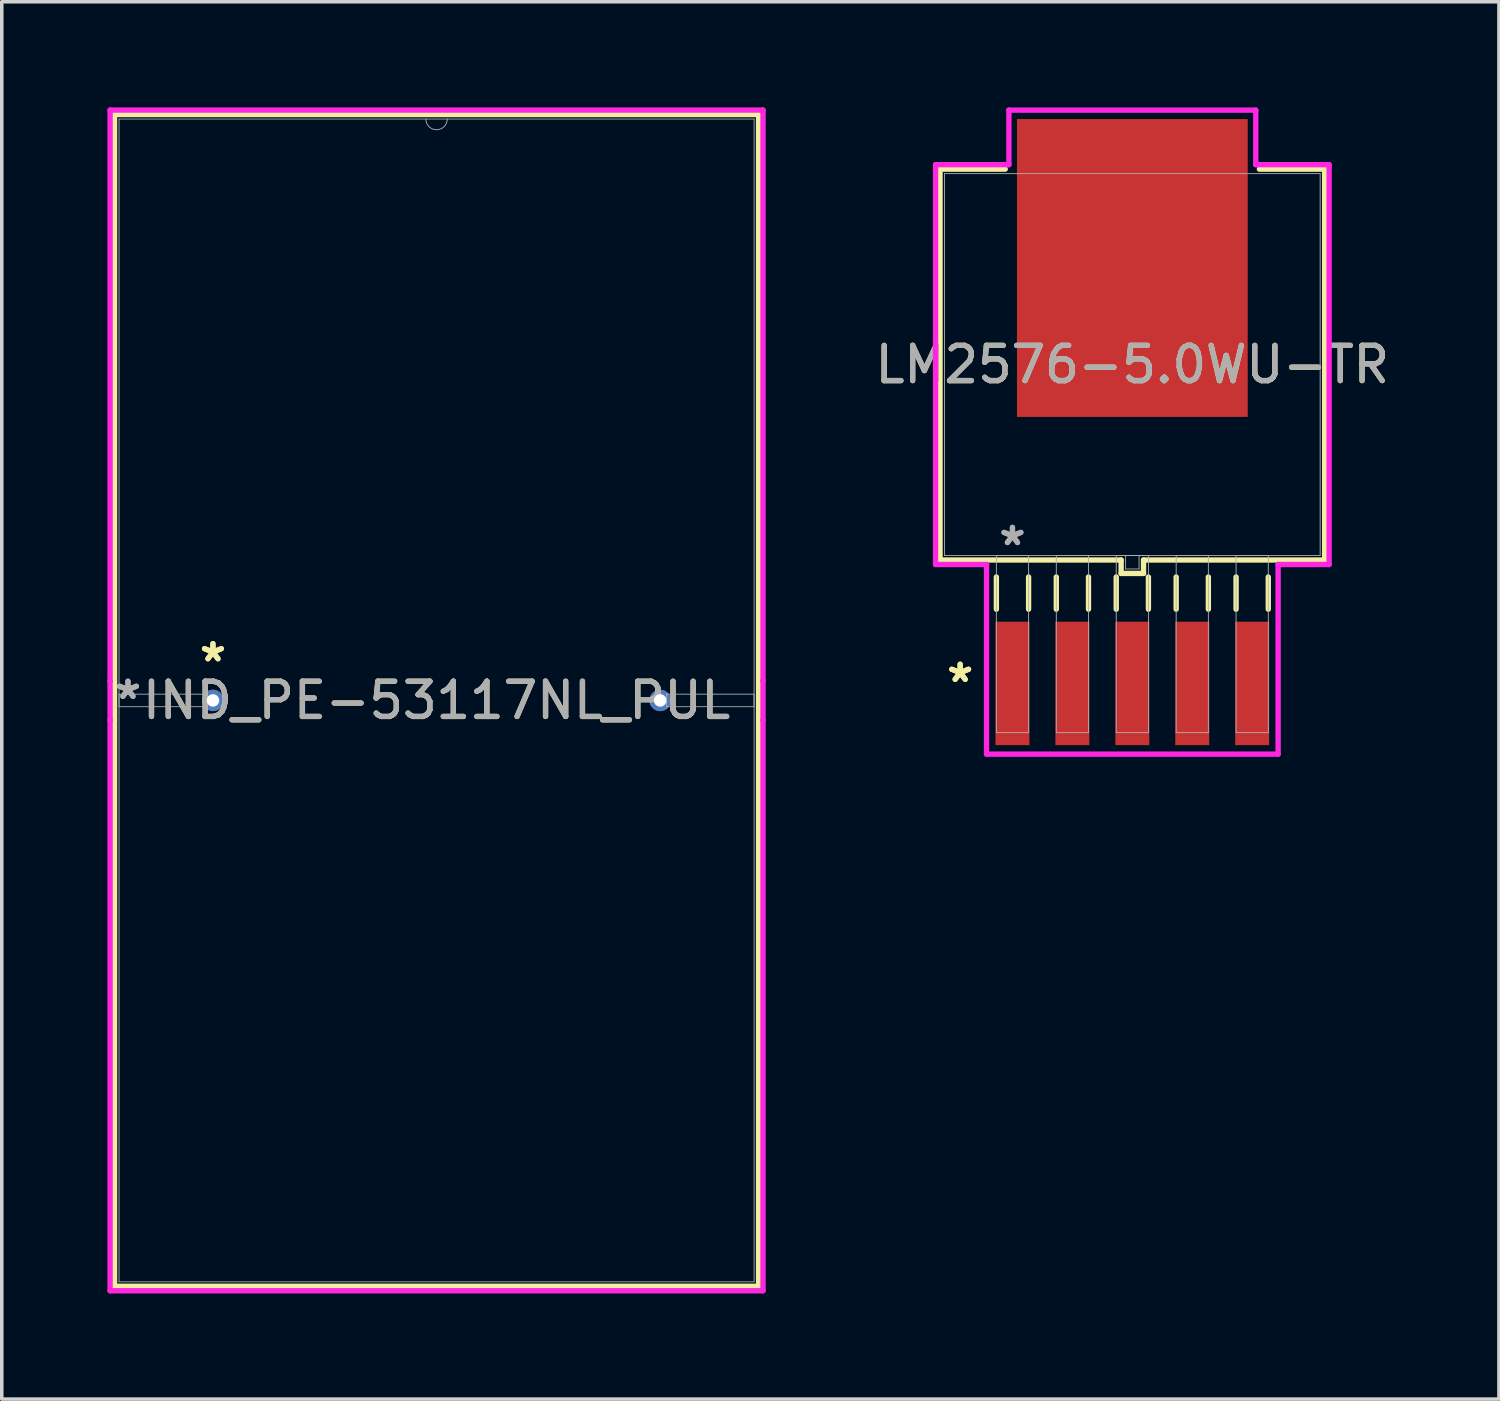
<source format=kicad_pcb>
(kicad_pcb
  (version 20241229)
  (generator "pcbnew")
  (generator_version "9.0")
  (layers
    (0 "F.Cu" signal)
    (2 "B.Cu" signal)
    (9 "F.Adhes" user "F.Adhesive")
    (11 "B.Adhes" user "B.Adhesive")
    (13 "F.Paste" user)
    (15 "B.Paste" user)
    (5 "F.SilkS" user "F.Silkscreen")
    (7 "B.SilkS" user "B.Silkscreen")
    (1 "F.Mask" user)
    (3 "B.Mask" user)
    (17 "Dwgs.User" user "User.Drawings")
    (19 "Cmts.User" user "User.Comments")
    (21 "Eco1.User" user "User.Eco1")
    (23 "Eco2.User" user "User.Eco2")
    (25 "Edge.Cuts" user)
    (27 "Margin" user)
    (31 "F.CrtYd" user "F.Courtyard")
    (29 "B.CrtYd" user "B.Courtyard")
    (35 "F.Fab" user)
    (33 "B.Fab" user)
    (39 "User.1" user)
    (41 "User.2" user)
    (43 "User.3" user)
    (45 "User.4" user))
  (footprint "LM2576-5.0WU-TR"
    (layer "F.Cu")
    (at 29.105 7.303)
    (property "Reference" "LM2576-5.0WU-TR" (at 0 0 0) (unlocked yes) (layer "F.SilkS") (effects (font (size 1 1) (thickness 0.15))))
    (attr smd)
    (fp_line (start -5.461 -5.55) (end -5.461 5.55) (stroke (width 0.152) (type solid)) (layer "F.SilkS"))
    (fp_line (start -5.461 5.55) (end -0.318 5.55) (stroke (width 0.152) (type solid)) (layer "F.SilkS"))
    (fp_line (start -3.861 6.032) (end -3.861 6.947) (stroke (width 0.152) (type solid)) (layer "F.SilkS"))
    (fp_line (start -3.609 -5.55) (end -5.461 -5.55) (stroke (width 0.152) (type solid)) (layer "F.SilkS"))
    (fp_line (start -2.946 6.032) (end -2.946 6.947) (stroke (width 0.152) (type solid)) (layer "F.SilkS"))
    (fp_line (start -2.159 6.032) (end -2.159 6.947) (stroke (width 0.152) (type solid)) (layer "F.SilkS"))
    (fp_line (start -1.245 6.032) (end -1.245 6.947) (stroke (width 0.152) (type solid)) (layer "F.SilkS"))
    (fp_line (start -0.457 6.032) (end -0.457 6.947) (stroke (width 0.152) (type solid)) (layer "F.SilkS"))
    (fp_line (start -0.318 5.55) (end -0.318 5.931) (stroke (width 0.152) (type solid)) (layer "F.SilkS"))
    (fp_line (start -0.318 5.931) (end 0.318 5.931) (stroke (width 0.152) (type solid)) (layer "F.SilkS"))
    (fp_line (start 0.318 5.55) (end 5.461 5.55) (stroke (width 0.152) (type solid)) (layer "F.SilkS"))
    (fp_line (start 0.318 5.931) (end 0.318 5.55) (stroke (width 0.152) (type solid)) (layer "F.SilkS"))
    (fp_line (start 0.457 6.032) (end 0.457 6.947) (stroke (width 0.152) (type solid)) (layer "F.SilkS"))
    (fp_line (start 1.245 6.032) (end 1.245 6.947) (stroke (width 0.152) (type solid)) (layer "F.SilkS"))
    (fp_line (start 2.159 6.032) (end 2.159 6.947) (stroke (width 0.152) (type solid)) (layer "F.SilkS"))
    (fp_line (start 2.946 6.032) (end 2.946 6.947) (stroke (width 0.152) (type solid)) (layer "F.SilkS"))
    (fp_line (start 3.861 6.032) (end 3.861 6.947) (stroke (width 0.152) (type solid)) (layer "F.SilkS"))
    (fp_line (start 5.461 -5.55) (end 3.609 -5.55) (stroke (width 0.152) (type solid)) (layer "F.SilkS"))
    (fp_line (start 5.461 5.55) (end 5.461 -5.55) (stroke (width 0.152) (type solid)) (layer "F.SilkS"))
    (fp_line (start -5.588 -5.677) (end -3.505 -5.677) (stroke (width 0.152) (type solid)) (layer "F.CrtYd"))
    (fp_line (start -5.588 5.677) (end -5.588 -5.677) (stroke (width 0.152) (type solid)) (layer "F.CrtYd"))
    (fp_line (start -4.14 5.677) (end -5.588 5.677) (stroke (width 0.152) (type solid)) (layer "F.CrtYd"))
    (fp_line (start -4.14 11.062) (end -4.14 5.677) (stroke (width 0.152) (type solid)) (layer "F.CrtYd"))
    (fp_line (start -3.505 -7.226) (end 3.505 -7.226) (stroke (width 0.152) (type solid)) (layer "F.CrtYd"))
    (fp_line (start -3.505 -5.677) (end -3.505 -7.226) (stroke (width 0.152) (type solid)) (layer "F.CrtYd"))
    (fp_line (start 3.505 -7.226) (end 3.505 -5.677) (stroke (width 0.152) (type solid)) (layer "F.CrtYd"))
    (fp_line (start 3.505 -5.677) (end 5.588 -5.677) (stroke (width 0.152) (type solid)) (layer "F.CrtYd"))
    (fp_line (start 4.14 5.677) (end 4.14 11.062) (stroke (width 0.152) (type solid)) (layer "F.CrtYd"))
    (fp_line (start 4.14 11.062) (end -4.14 11.062) (stroke (width 0.152) (type solid)) (layer "F.CrtYd"))
    (fp_line (start 5.588 -5.677) (end 5.588 5.677) (stroke (width 0.152) (type solid)) (layer "F.CrtYd"))
    (fp_line (start 5.588 5.677) (end 4.14 5.677) (stroke (width 0.152) (type solid)) (layer "F.CrtYd"))
    (fp_line (start -5.334 -5.423) (end -5.334 5.423) (stroke (width 0.025) (type solid)) (layer "F.Fab"))
    (fp_line (start -5.334 5.423) (end 5.334 5.423) (stroke (width 0.025) (type solid)) (layer "F.Fab"))
    (fp_line (start -3.861 5.423) (end -3.861 10.452) (stroke (width 0.025) (type solid)) (layer "F.Fab"))
    (fp_line (start -3.861 10.452) (end -2.946 10.452) (stroke (width 0.025) (type solid)) (layer "F.Fab"))
    (fp_line (start -2.946 5.423) (end -3.861 5.423) (stroke (width 0.025) (type solid)) (layer "F.Fab"))
    (fp_line (start -2.946 10.452) (end -2.946 5.423) (stroke (width 0.025) (type solid)) (layer "F.Fab"))
    (fp_line (start -2.159 5.423) (end -2.159 10.452) (stroke (width 0.025) (type solid)) (layer "F.Fab"))
    (fp_line (start -2.159 10.452) (end -1.245 10.452) (stroke (width 0.025) (type solid)) (layer "F.Fab"))
    (fp_line (start -1.245 5.423) (end -2.159 5.423) (stroke (width 0.025) (type solid)) (layer "F.Fab"))
    (fp_line (start -1.245 10.452) (end -1.245 5.423) (stroke (width 0.025) (type solid)) (layer "F.Fab"))
    (fp_line (start -0.457 5.423) (end -0.457 10.452) (stroke (width 0.025) (type solid)) (layer "F.Fab"))
    (fp_line (start -0.457 10.452) (end 0.457 10.452) (stroke (width 0.025) (type solid)) (layer "F.Fab"))
    (fp_line (start -0.191 5.423) (end -0.191 5.804) (stroke (width 0.025) (type solid)) (layer "F.Fab"))
    (fp_line (start -0.191 5.804) (end 0.191 5.804) (stroke (width 0.025) (type solid)) (layer "F.Fab"))
    (fp_line (start 0.191 5.423) (end -0.191 5.423) (stroke (width 0.025) (type solid)) (layer "F.Fab"))
    (fp_line (start 0.191 5.804) (end 0.191 5.423) (stroke (width 0.025) (type solid)) (layer "F.Fab"))
    (fp_line (start 0.457 5.423) (end -0.457 5.423) (stroke (width 0.025) (type solid)) (layer "F.Fab"))
    (fp_line (start 0.457 10.452) (end 0.457 5.423) (stroke (width 0.025) (type solid)) (layer "F.Fab"))
    (fp_line (start 1.245 5.423) (end 1.245 10.452) (stroke (width 0.025) (type solid)) (layer "F.Fab"))
    (fp_line (start 1.245 10.452) (end 2.159 10.452) (stroke (width 0.025) (type solid)) (layer "F.Fab"))
    (fp_line (start 2.159 5.423) (end 1.245 5.423) (stroke (width 0.025) (type solid)) (layer "F.Fab"))
    (fp_line (start 2.159 10.452) (end 2.159 5.423) (stroke (width 0.025) (type solid)) (layer "F.Fab"))
    (fp_line (start 2.946 5.423) (end 2.946 10.452) (stroke (width 0.025) (type solid)) (layer "F.Fab"))
    (fp_line (start 2.946 10.452) (end 3.861 10.452) (stroke (width 0.025) (type solid)) (layer "F.Fab"))
    (fp_line (start 3.861 5.423) (end 2.946 5.423) (stroke (width 0.025) (type solid)) (layer "F.Fab"))
    (fp_line (start 3.861 10.452) (end 3.861 5.423) (stroke (width 0.025) (type solid)) (layer "F.Fab"))
    (fp_line (start 5.334 -5.423) (end -5.334 -5.423) (stroke (width 0.025) (type solid)) (layer "F.Fab"))
    (fp_line (start 5.334 5.423) (end 5.334 -5.423) (stroke (width 0.025) (type solid)) (layer "F.Fab"))
    (fp_text user "*" (at -4.889 9.055 0) (unlocked yes) (layer "F.SilkS") (effects (font (size 1 1) (thickness 0.15))))
    (fp_text user "*" (at -4.889 9.055 0) (layer "F.SilkS") (effects (font (size 1 1) (thickness 0.15))))
    (fp_text user "${REFERENCE}" (at 0 0 0) (unlocked yes) (layer "F.Fab") (effects (font (size 1 1) (thickness 0.15))))
    (fp_text user "*" (at -3.404 5.169 0) (layer "F.Fab") (effects (font (size 1 1) (thickness 0.15))))
    (fp_text user "*" (at -3.404 5.169 0) (unlocked yes) (layer "F.Fab") (effects (font (size 1 1) (thickness 0.15))))
    (pad "1" smd rect (at -3.404 9.055) (size 0.965 3.505) (layers "F.Cu" "F.Mask" "F.Paste"))
    (pad "2" smd rect (at -1.702 9.055) (size 0.965 3.505) (layers "F.Cu" "F.Mask" "F.Paste"))
    (pad "3" smd rect (at 0 9.055) (size 0.965 3.505) (layers "F.Cu" "F.Mask" "F.Paste"))
    (pad "4" smd rect (at 1.702 9.055) (size 0.965 3.505) (layers "F.Cu" "F.Mask" "F.Paste"))
    (pad "5" smd rect (at 3.404 9.055) (size 0.965 3.505) (layers "F.Cu" "F.Mask" "F.Paste"))
    (pad "6" smd rect (at 0 -2.743) (size 6.553 8.458) (layers "F.Cu" "F.Mask" "F.Paste")))
  (footprint "IND_PE-53117NL_PUL"
    (layer "F.Cu")
    (at 2.997 16.84)
    (property "Reference" "IND_PE-53117NL_PUL" (at 6.35 0 0) (unlocked yes) (layer "F.SilkS") (effects (font (size 1 1) (thickness 0.15))))
    (attr through_hole)
    (fp_line (start -2.794 -16.637) (end -2.794 16.637) (stroke (width 0.152) (type solid)) (layer "F.SilkS"))
    (fp_line (start -2.794 16.637) (end 15.494 16.637) (stroke (width 0.152) (type solid)) (layer "F.SilkS"))
    (fp_line (start 15.494 -16.637) (end -2.794 -16.637) (stroke (width 0.152) (type solid)) (layer "F.SilkS"))
    (fp_line (start 15.494 16.637) (end 15.494 -16.637) (stroke (width 0.152) (type solid)) (layer "F.SilkS"))
    (fp_line (start -2.921 -16.764) (end 15.621 -16.764) (stroke (width 0.152) (type solid)) (layer "F.CrtYd"))
    (fp_line (start -2.921 -0.559) (end -2.921 -16.764) (stroke (width 0.152) (type solid)) (layer "F.CrtYd"))
    (fp_line (start -2.921 -0.559) (end -2.921 -0.559) (stroke (width 0.152) (type solid)) (layer "F.CrtYd"))
    (fp_line (start -2.921 0.559) (end -2.921 -0.559) (stroke (width 0.152) (type solid)) (layer "F.CrtYd"))
    (fp_line (start -2.921 0.559) (end -2.921 0.559) (stroke (width 0.152) (type solid)) (layer "F.CrtYd"))
    (fp_line (start -2.921 16.764) (end -2.921 0.559) (stroke (width 0.152) (type solid)) (layer "F.CrtYd"))
    (fp_line (start 15.621 -16.764) (end 15.621 -0.559) (stroke (width 0.152) (type solid)) (layer "F.CrtYd"))
    (fp_line (start 15.621 -0.559) (end 15.621 -0.559) (stroke (width 0.152) (type solid)) (layer "F.CrtYd"))
    (fp_line (start 15.621 -0.559) (end 15.621 0.559) (stroke (width 0.152) (type solid)) (layer "F.CrtYd"))
    (fp_line (start 15.621 0.559) (end 15.621 0.559) (stroke (width 0.152) (type solid)) (layer "F.CrtYd"))
    (fp_line (start 15.621 0.559) (end 15.621 16.764) (stroke (width 0.152) (type solid)) (layer "F.CrtYd"))
    (fp_line (start 15.621 16.764) (end -2.921 16.764) (stroke (width 0.152) (type solid)) (layer "F.CrtYd"))
    (fp_line (start -2.667 -16.51) (end -2.667 16.51) (stroke (width 0.025) (type solid)) (layer "F.Fab"))
    (fp_line (start -2.667 -0.178) (end -0.178 -0.178) (stroke (width 0.025) (type solid)) (layer "F.Fab"))
    (fp_line (start -2.667 0.178) (end -2.667 -0.178) (stroke (width 0.025) (type solid)) (layer "F.Fab"))
    (fp_line (start -2.667 16.51) (end 15.367 16.51) (stroke (width 0.025) (type solid)) (layer "F.Fab"))
    (fp_line (start -0.178 -0.178) (end -0.178 0.178) (stroke (width 0.025) (type solid)) (layer "F.Fab"))
    (fp_line (start -0.178 0.178) (end -2.667 0.178) (stroke (width 0.025) (type solid)) (layer "F.Fab"))
    (fp_line (start 12.878 -0.178) (end 15.367 -0.178) (stroke (width 0.025) (type solid)) (layer "F.Fab"))
    (fp_line (start 12.878 0.178) (end 12.878 -0.178) (stroke (width 0.025) (type solid)) (layer "F.Fab"))
    (fp_line (start 15.367 -16.51) (end -2.667 -16.51) (stroke (width 0.025) (type solid)) (layer "F.Fab"))
    (fp_line (start 15.367 -0.178) (end 15.367 0.178) (stroke (width 0.025) (type solid)) (layer "F.Fab"))
    (fp_line (start 15.367 0.178) (end 12.878 0.178) (stroke (width 0.025) (type solid)) (layer "F.Fab"))
    (fp_line (start 15.367 16.51) (end 15.367 -16.51) (stroke (width 0.025) (type solid)) (layer "F.Fab"))
    (fp_arc (start 6.6548 -16.51) (mid 6.35 -16.2052) (end 6.0452 -16.51) (stroke (width 0.0254) (type solid)) (layer "F.Fab"))
    (fp_text user "*" (at 0 -1.067 0) (unlocked yes) (layer "F.SilkS") (effects (font (size 1 1) (thickness 0.15))))
    (fp_text user "*" (at 0 -1.067 0) (layer "F.SilkS") (effects (font (size 1 1) (thickness 0.15))))
    (fp_text user "*" (at -2.413 0 0) (layer "F.Fab") (effects (font (size 1 1) (thickness 0.15))))
    (fp_text user "*" (at -2.413 0 0) (unlocked yes) (layer "F.Fab") (effects (font (size 1 1) (thickness 0.15))))
    (fp_text user "${REFERENCE}" (at 6.35 0 0) (unlocked yes) (layer "F.Fab") (effects (font (size 1 1) (thickness 0.15))))
    (pad "1" thru_hole circle (at 0 0) (size 0.61 0.61) (drill 0.356) (layers "*.Cu" "*.Mask"))
    (pad "2" thru_hole circle (at 12.7 0) (size 0.61 0.61) (drill 0.356) (layers "*.Cu" "*.Mask")))
  (gr_rect
    (start -3 -3)
    (end 39.516 36.68)
    (stroke (width 0.1) (type default))
    (fill no)
    (layer "Edge.Cuts")))
</source>
